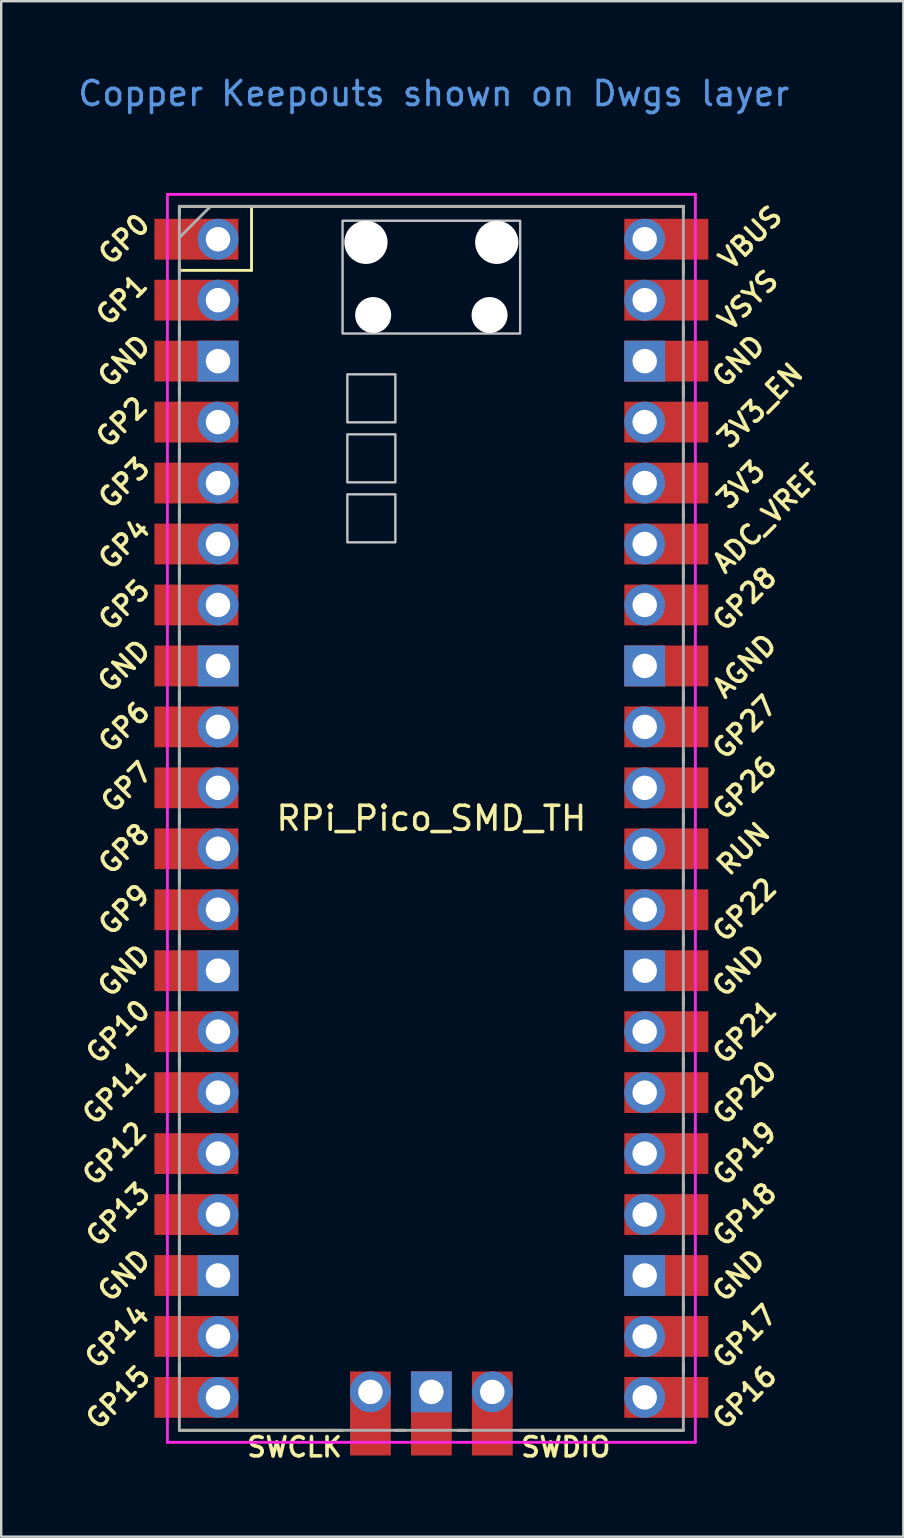
<source format=kicad_pcb>
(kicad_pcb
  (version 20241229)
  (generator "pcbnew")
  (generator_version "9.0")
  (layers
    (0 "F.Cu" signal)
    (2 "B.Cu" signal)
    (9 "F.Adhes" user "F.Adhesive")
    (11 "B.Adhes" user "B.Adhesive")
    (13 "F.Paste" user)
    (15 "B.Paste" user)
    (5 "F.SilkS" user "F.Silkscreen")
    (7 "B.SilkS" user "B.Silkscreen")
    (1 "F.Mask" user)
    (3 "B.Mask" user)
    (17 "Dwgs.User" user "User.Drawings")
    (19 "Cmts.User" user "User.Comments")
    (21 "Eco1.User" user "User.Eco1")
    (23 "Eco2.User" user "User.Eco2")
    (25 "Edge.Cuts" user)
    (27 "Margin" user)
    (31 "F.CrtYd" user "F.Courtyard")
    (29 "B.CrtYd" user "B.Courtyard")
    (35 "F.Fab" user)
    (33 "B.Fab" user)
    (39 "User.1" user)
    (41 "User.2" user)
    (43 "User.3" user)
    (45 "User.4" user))
  (footprint "RPi_Pico_SMD_TH"
    (layer "F.Cu")
    (at 14.924 31.048)
    (property "Reference" "RPi_Pico_SMD_TH" (at 0 0 0) (layer "F.SilkS") (effects (font (size 1 1) (thickness 0.15))))
    (attr through_hole)
    (fp_line (start -10.5 -25.5) (end -10.5 -25.2) (stroke (width 0.12) (type solid)) (layer "F.SilkS"))
    (fp_line (start -10.5 -25.5) (end 10.5 -25.5) (stroke (width 0.12) (type solid)) (layer "F.SilkS"))
    (fp_line (start -10.5 -23.1) (end -10.5 -22.7) (stroke (width 0.12) (type solid)) (layer "F.SilkS"))
    (fp_line (start -10.5 -22.833) (end -7.493 -22.833) (stroke (width 0.12) (type solid)) (layer "F.SilkS"))
    (fp_line (start -10.5 -20.5) (end -10.5 -20.1) (stroke (width 0.12) (type solid)) (layer "F.SilkS"))
    (fp_line (start -10.5 -18) (end -10.5 -17.6) (stroke (width 0.12) (type solid)) (layer "F.SilkS"))
    (fp_line (start -10.5 -15.4) (end -10.5 -15) (stroke (width 0.12) (type solid)) (layer "F.SilkS"))
    (fp_line (start -10.5 -12.9) (end -10.5 -12.5) (stroke (width 0.12) (type solid)) (layer "F.SilkS"))
    (fp_line (start -10.5 -10.4) (end -10.5 -10) (stroke (width 0.12) (type solid)) (layer "F.SilkS"))
    (fp_line (start -10.5 -7.8) (end -10.5 -7.4) (stroke (width 0.12) (type solid)) (layer "F.SilkS"))
    (fp_line (start -10.5 -5.3) (end -10.5 -4.9) (stroke (width 0.12) (type solid)) (layer "F.SilkS"))
    (fp_line (start -10.5 -2.7) (end -10.5 -2.3) (stroke (width 0.12) (type solid)) (layer "F.SilkS"))
    (fp_line (start -10.5 -0.2) (end -10.5 0.2) (stroke (width 0.12) (type solid)) (layer "F.SilkS"))
    (fp_line (start -10.5 2.3) (end -10.5 2.7) (stroke (width 0.12) (type solid)) (layer "F.SilkS"))
    (fp_line (start -10.5 4.9) (end -10.5 5.3) (stroke (width 0.12) (type solid)) (layer "F.SilkS"))
    (fp_line (start -10.5 7.4) (end -10.5 7.8) (stroke (width 0.12) (type solid)) (layer "F.SilkS"))
    (fp_line (start -10.5 10) (end -10.5 10.4) (stroke (width 0.12) (type solid)) (layer "F.SilkS"))
    (fp_line (start -10.5 12.5) (end -10.5 12.9) (stroke (width 0.12) (type solid)) (layer "F.SilkS"))
    (fp_line (start -10.5 15.1) (end -10.5 15.5) (stroke (width 0.12) (type solid)) (layer "F.SilkS"))
    (fp_line (start -10.5 17.6) (end -10.5 18) (stroke (width 0.12) (type solid)) (layer "F.SilkS"))
    (fp_line (start -10.5 20.1) (end -10.5 20.5) (stroke (width 0.12) (type solid)) (layer "F.SilkS"))
    (fp_line (start -10.5 22.7) (end -10.5 23.1) (stroke (width 0.12) (type solid)) (layer "F.SilkS"))
    (fp_line (start -7.493 -22.833) (end -7.493 -25.5) (stroke (width 0.12) (type solid)) (layer "F.SilkS"))
    (fp_line (start -3.7 25.5) (end -10.5 25.5) (stroke (width 0.12) (type solid)) (layer "F.SilkS"))
    (fp_line (start -1.5 25.5) (end -1.1 25.5) (stroke (width 0.12) (type solid)) (layer "F.SilkS"))
    (fp_line (start 1.1 25.5) (end 1.5 25.5) (stroke (width 0.12) (type solid)) (layer "F.SilkS"))
    (fp_line (start 10.5 -25.5) (end 10.5 -25.2) (stroke (width 0.12) (type solid)) (layer "F.SilkS"))
    (fp_line (start 10.5 -23.1) (end 10.5 -22.7) (stroke (width 0.12) (type solid)) (layer "F.SilkS"))
    (fp_line (start 10.5 -20.5) (end 10.5 -20.1) (stroke (width 0.12) (type solid)) (layer "F.SilkS"))
    (fp_line (start 10.5 -18) (end 10.5 -17.6) (stroke (width 0.12) (type solid)) (layer "F.SilkS"))
    (fp_line (start 10.5 -15.4) (end 10.5 -15) (stroke (width 0.12) (type solid)) (layer "F.SilkS"))
    (fp_line (start 10.5 -12.9) (end 10.5 -12.5) (stroke (width 0.12) (type solid)) (layer "F.SilkS"))
    (fp_line (start 10.5 -10.4) (end 10.5 -10) (stroke (width 0.12) (type solid)) (layer "F.SilkS"))
    (fp_line (start 10.5 -7.8) (end 10.5 -7.4) (stroke (width 0.12) (type solid)) (layer "F.SilkS"))
    (fp_line (start 10.5 -5.3) (end 10.5 -4.9) (stroke (width 0.12) (type solid)) (layer "F.SilkS"))
    (fp_line (start 10.5 -2.7) (end 10.5 -2.3) (stroke (width 0.12) (type solid)) (layer "F.SilkS"))
    (fp_line (start 10.5 -0.2) (end 10.5 0.2) (stroke (width 0.12) (type solid)) (layer "F.SilkS"))
    (fp_line (start 10.5 2.3) (end 10.5 2.7) (stroke (width 0.12) (type solid)) (layer "F.SilkS"))
    (fp_line (start 10.5 4.9) (end 10.5 5.3) (stroke (width 0.12) (type solid)) (layer "F.SilkS"))
    (fp_line (start 10.5 7.4) (end 10.5 7.8) (stroke (width 0.12) (type solid)) (layer "F.SilkS"))
    (fp_line (start 10.5 10) (end 10.5 10.4) (stroke (width 0.12) (type solid)) (layer "F.SilkS"))
    (fp_line (start 10.5 12.5) (end 10.5 12.9) (stroke (width 0.12) (type solid)) (layer "F.SilkS"))
    (fp_line (start 10.5 15.1) (end 10.5 15.5) (stroke (width 0.12) (type solid)) (layer "F.SilkS"))
    (fp_line (start 10.5 17.6) (end 10.5 18) (stroke (width 0.12) (type solid)) (layer "F.SilkS"))
    (fp_line (start 10.5 20.1) (end 10.5 20.5) (stroke (width 0.12) (type solid)) (layer "F.SilkS"))
    (fp_line (start 10.5 22.7) (end 10.5 23.1) (stroke (width 0.12) (type solid)) (layer "F.SilkS"))
    (fp_line (start 10.5 25.5) (end 3.7 25.5) (stroke (width 0.12) (type solid)) (layer "F.SilkS"))
    (fp_poly (pts (xy -1.5 -16.5) (xy -3.5 -16.5) (xy -3.5 -18.5) (xy -1.5 -18.5)) (stroke (width 0.1) (type solid)) (fill no) (layer "Dwgs.User"))
    (fp_poly (pts (xy -1.5 -14) (xy -3.5 -14) (xy -3.5 -16) (xy -1.5 -16)) (stroke (width 0.1) (type solid)) (fill no) (layer "Dwgs.User"))
    (fp_poly (pts (xy -1.5 -11.5) (xy -3.5 -11.5) (xy -3.5 -13.5) (xy -1.5 -13.5)) (stroke (width 0.1) (type solid)) (fill no) (layer "Dwgs.User"))
    (fp_poly (pts (xy 3.7 -20.2) (xy -3.7 -20.2) (xy -3.7 -24.9) (xy 3.7 -24.9)) (stroke (width 0.1) (type solid)) (fill no) (layer "Dwgs.User"))
    (fp_line (start -11 -26) (end 11 -26) (stroke (width 0.12) (type solid)) (layer "F.CrtYd"))
    (fp_line (start -11 26) (end -11 -26) (stroke (width 0.12) (type solid)) (layer "F.CrtYd"))
    (fp_line (start 11 -26) (end 11 26) (stroke (width 0.12) (type solid)) (layer "F.CrtYd"))
    (fp_line (start 11 26) (end -11 26) (stroke (width 0.12) (type solid)) (layer "F.CrtYd"))
    (fp_line (start -10.5 -25.5) (end 10.5 -25.5) (stroke (width 0.12) (type solid)) (layer "F.Fab"))
    (fp_line (start -10.5 -24.2) (end -9.2 -25.5) (stroke (width 0.12) (type solid)) (layer "F.Fab"))
    (fp_line (start -10.5 25.5) (end -10.5 -25.5) (stroke (width 0.12) (type solid)) (layer "F.Fab"))
    (fp_line (start 10.5 -25.5) (end 10.5 25.5) (stroke (width 0.12) (type solid)) (layer "F.Fab"))
    (fp_line (start 10.5 25.5) (end -10.5 25.5) (stroke (width 0.12) (type solid)) (layer "F.Fab"))
    (fp_text user "GP7" (at -12.7 -1.3 45) (layer "F.SilkS") (effects (font (size 0.8 0.8) (thickness 0.15))))
    (fp_text user "GND" (at 12.8 -19.05 45) (layer "F.SilkS") (effects (font (size 0.8 0.8) (thickness 0.15))))
    (fp_text user "3V3" (at 12.9 -13.9 45) (layer "F.SilkS") (effects (font (size 0.8 0.8) (thickness 0.15))))
    (fp_text user "GP8" (at -12.8 1.27 45) (layer "F.SilkS") (effects (font (size 0.8 0.8) (thickness 0.15))))
    (fp_text user "SWDIO" (at 5.6 26.2 0) (layer "F.SilkS") (effects (font (size 0.8 0.8) (thickness 0.15))))
    (fp_text user "GP18" (at 13.054 16.51 45) (layer "F.SilkS") (effects (font (size 0.8 0.8) (thickness 0.15))))
    (fp_text user "GND" (at -12.8 -19.05 45) (layer "F.SilkS") (effects (font (size 0.8 0.8) (thickness 0.15))))
    (fp_text user "GP20" (at 13.054 11.43 45) (layer "F.SilkS") (effects (font (size 0.8 0.8) (thickness 0.15))))
    (fp_text user "GP17" (at 13.054 21.59 45) (layer "F.SilkS") (effects (font (size 0.8 0.8) (thickness 0.15))))
    (fp_text user "GP3" (at -12.8 -13.97 45) (layer "F.SilkS") (effects (font (size 0.8 0.8) (thickness 0.15))))
    (fp_text user "GP11" (at -13.2 11.43 45) (layer "F.SilkS") (effects (font (size 0.8 0.8) (thickness 0.15))))
    (fp_text user "ADC_VREF" (at 14 -12.5 45) (layer "F.SilkS") (effects (font (size 0.8 0.8) (thickness 0.15))))
    (fp_text user "GND" (at -12.8 19.05 45) (layer "F.SilkS") (effects (font (size 0.8 0.8) (thickness 0.15))))
    (fp_text user "GP1" (at -12.9 -21.6 45) (layer "F.SilkS") (effects (font (size 0.8 0.8) (thickness 0.15))))
    (fp_text user "GP15" (at -13.054 24.13 45) (layer "F.SilkS") (effects (font (size 0.8 0.8) (thickness 0.15))))
    (fp_text user "VBUS" (at 13.3 -24.2 45) (layer "F.SilkS") (effects (font (size 0.8 0.8) (thickness 0.15))))
    (fp_text user "GP5" (at -12.8 -8.89 45) (layer "F.SilkS") (effects (font (size 0.8 0.8) (thickness 0.15))))
    (fp_text user "GP14" (at -13.1 21.59 45) (layer "F.SilkS") (effects (font (size 0.8 0.8) (thickness 0.15))))
    (fp_text user "GP4" (at -12.8 -11.43 45) (layer "F.SilkS") (effects (font (size 0.8 0.8) (thickness 0.15))))
    (fp_text user "GND" (at -12.8 6.35 45) (layer "F.SilkS") (effects (font (size 0.8 0.8) (thickness 0.15))))
    (fp_text user "GP27" (at 13.054 -3.8 45) (layer "F.SilkS") (effects (font (size 0.8 0.8) (thickness 0.15))))
    (fp_text user "GND" (at 12.8 19.05 45) (layer "F.SilkS") (effects (font (size 0.8 0.8) (thickness 0.15))))
    (fp_text user "3V3_EN" (at 13.7 -17.2 45) (layer "F.SilkS") (effects (font (size 0.8 0.8) (thickness 0.15))))
    (fp_text user "SWCLK" (at -5.7 26.2 0) (layer "F.SilkS") (effects (font (size 0.8 0.8) (thickness 0.15))))
    (fp_text user "GND" (at 12.8 6.35 45) (layer "F.SilkS") (effects (font (size 0.8 0.8) (thickness 0.15))))
    (fp_text user "GP16" (at 13.054 24.13 45) (layer "F.SilkS") (effects (font (size 0.8 0.8) (thickness 0.15))))
    (fp_text user "GP0" (at -12.8 -24.13 45) (layer "F.SilkS") (effects (font (size 0.8 0.8) (thickness 0.15))))
    (fp_text user "GP19" (at 13.054 13.97 45) (layer "F.SilkS") (effects (font (size 0.8 0.8) (thickness 0.15))))
    (fp_text user "GP22" (at 13.054 3.81 45) (layer "F.SilkS") (effects (font (size 0.8 0.8) (thickness 0.15))))
    (fp_text user "GP21" (at 13.054 8.9 45) (layer "F.SilkS") (effects (font (size 0.8 0.8) (thickness 0.15))))
    (fp_text user "GP13" (at -13.054 16.51 45) (layer "F.SilkS") (effects (font (size 0.8 0.8) (thickness 0.15))))
    (fp_text user "GP26" (at 13.054 -1.27 45) (layer "F.SilkS") (effects (font (size 0.8 0.8) (thickness 0.15))))
    (fp_text user "RUN" (at 13 1.27 45) (layer "F.SilkS") (effects (font (size 0.8 0.8) (thickness 0.15))))
    (fp_text user "GND" (at -12.8 -6.35 45) (layer "F.SilkS") (effects (font (size 0.8 0.8) (thickness 0.15))))
    (fp_text user "GP12" (at -13.2 13.97 45) (layer "F.SilkS") (effects (font (size 0.8 0.8) (thickness 0.15))))
    (fp_text user "GP9" (at -12.8 3.81 45) (layer "F.SilkS") (effects (font (size 0.8 0.8) (thickness 0.15))))
    (fp_text user "GP10" (at -13.054 8.89 45) (layer "F.SilkS") (effects (font (size 0.8 0.8) (thickness 0.15))))
    (fp_text user "GP28" (at 13.054 -9.144 45) (layer "F.SilkS") (effects (font (size 0.8 0.8) (thickness 0.15))))
    (fp_text user "AGND" (at 13.054 -6.35 45) (layer "F.SilkS") (effects (font (size 0.8 0.8) (thickness 0.15))))
    (fp_text user "VSYS" (at 13.2 -21.59 45) (layer "F.SilkS") (effects (font (size 0.8 0.8) (thickness 0.15))))
    (fp_text user "GP6" (at -12.8 -3.81 45) (layer "F.SilkS") (effects (font (size 0.8 0.8) (thickness 0.15))))
    (fp_text user "GP2" (at -12.9 -16.51 45) (layer "F.SilkS") (effects (font (size 0.8 0.8) (thickness 0.15))))
    (fp_text user "Copper Keepouts shown on Dwgs layer" (at 0.1 -30.2 0) (layer "Cmts.User") (effects (font (size 1 1) (thickness 0.15))))
    (pad "" np_thru_hole oval (at -2.725 -24) (size 1.8 1.8) (drill 1.8) (layers "*.Cu" "*.Mask"))
    (pad "" np_thru_hole oval (at -2.425 -20.97) (size 1.5 1.5) (drill 1.5) (layers "*.Cu" "*.Mask"))
    (pad "" np_thru_hole oval (at 2.425 -20.97) (size 1.5 1.5) (drill 1.5) (layers "*.Cu" "*.Mask"))
    (pad "" np_thru_hole oval (at 2.725 -24) (size 1.8 1.8) (drill 1.8) (layers "*.Cu" "*.Mask"))
    (pad "1" thru_hole oval (at -8.89 -24.13) (size 1.7 1.7) (drill 1.02) (layers "*.Cu" "*.Mask"))
    (pad "1" smd rect (at -8.89 -24.13) (size 3.5 1.7) (drill (offset -0.9 0)) (layers "F.Cu" "F.Mask"))
    (pad "2" thru_hole oval (at -8.89 -21.59) (size 1.7 1.7) (drill 1.02) (layers "*.Cu" "*.Mask"))
    (pad "2" smd rect (at -8.89 -21.59) (size 3.5 1.7) (drill (offset -0.9 0)) (layers "F.Cu" "F.Mask"))
    (pad "3" thru_hole rect (at -8.89 -19.05) (size 1.7 1.7) (drill 1.02) (layers "*.Cu" "*.Mask"))
    (pad "3" smd rect (at -8.89 -19.05) (size 3.5 1.7) (drill (offset -0.9 0)) (layers "F.Cu" "F.Mask"))
    (pad "4" thru_hole oval (at -8.89 -16.51) (size 1.7 1.7) (drill 1.02) (layers "*.Cu" "*.Mask"))
    (pad "4" smd rect (at -8.89 -16.51) (size 3.5 1.7) (drill (offset -0.9 0)) (layers "F.Cu" "F.Mask"))
    (pad "5" thru_hole oval (at -8.89 -13.97) (size 1.7 1.7) (drill 1.02) (layers "*.Cu" "*.Mask"))
    (pad "5" smd rect (at -8.89 -13.97) (size 3.5 1.7) (drill (offset -0.9 0)) (layers "F.Cu" "F.Mask"))
    (pad "6" thru_hole oval (at -8.89 -11.43) (size 1.7 1.7) (drill 1.02) (layers "*.Cu" "*.Mask"))
    (pad "6" smd rect (at -8.89 -11.43) (size 3.5 1.7) (drill (offset -0.9 0)) (layers "F.Cu" "F.Mask"))
    (pad "7" thru_hole oval (at -8.89 -8.89) (size 1.7 1.7) (drill 1.02) (layers "*.Cu" "*.Mask"))
    (pad "7" smd rect (at -8.89 -8.89) (size 3.5 1.7) (drill (offset -0.9 0)) (layers "F.Cu" "F.Mask"))
    (pad "8" thru_hole rect (at -8.89 -6.35) (size 1.7 1.7) (drill 1.02) (layers "*.Cu" "*.Mask"))
    (pad "8" smd rect (at -8.89 -6.35) (size 3.5 1.7) (drill (offset -0.9 0)) (layers "F.Cu" "F.Mask"))
    (pad "9" thru_hole oval (at -8.89 -3.81) (size 1.7 1.7) (drill 1.02) (layers "*.Cu" "*.Mask"))
    (pad "9" smd rect (at -8.89 -3.81) (size 3.5 1.7) (drill (offset -0.9 0)) (layers "F.Cu" "F.Mask"))
    (pad "10" thru_hole oval (at -8.89 -1.27) (size 1.7 1.7) (drill 1.02) (layers "*.Cu" "*.Mask"))
    (pad "10" smd rect (at -8.89 -1.27) (size 3.5 1.7) (drill (offset -0.9 0)) (layers "F.Cu" "F.Mask"))
    (pad "11" thru_hole oval (at -8.89 1.27) (size 1.7 1.7) (drill 1.02) (layers "*.Cu" "*.Mask"))
    (pad "11" smd rect (at -8.89 1.27) (size 3.5 1.7) (drill (offset -0.9 0)) (layers "F.Cu" "F.Mask"))
    (pad "12" thru_hole oval (at -8.89 3.81) (size 1.7 1.7) (drill 1.02) (layers "*.Cu" "*.Mask"))
    (pad "12" smd rect (at -8.89 3.81) (size 3.5 1.7) (drill (offset -0.9 0)) (layers "F.Cu" "F.Mask"))
    (pad "13" thru_hole rect (at -8.89 6.35) (size 1.7 1.7) (drill 1.02) (layers "*.Cu" "*.Mask"))
    (pad "13" smd rect (at -8.89 6.35) (size 3.5 1.7) (drill (offset -0.9 0)) (layers "F.Cu" "F.Mask"))
    (pad "14" thru_hole oval (at -8.89 8.89) (size 1.7 1.7) (drill 1.02) (layers "*.Cu" "*.Mask"))
    (pad "14" smd rect (at -8.89 8.89) (size 3.5 1.7) (drill (offset -0.9 0)) (layers "F.Cu" "F.Mask"))
    (pad "15" thru_hole oval (at -8.89 11.43) (size 1.7 1.7) (drill 1.02) (layers "*.Cu" "*.Mask"))
    (pad "15" smd rect (at -8.89 11.43) (size 3.5 1.7) (drill (offset -0.9 0)) (layers "F.Cu" "F.Mask"))
    (pad "16" thru_hole oval (at -8.89 13.97) (size 1.7 1.7) (drill 1.02) (layers "*.Cu" "*.Mask"))
    (pad "16" smd rect (at -8.89 13.97) (size 3.5 1.7) (drill (offset -0.9 0)) (layers "F.Cu" "F.Mask"))
    (pad "17" thru_hole oval (at -8.89 16.51) (size 1.7 1.7) (drill 1.02) (layers "*.Cu" "*.Mask"))
    (pad "17" smd rect (at -8.89 16.51) (size 3.5 1.7) (drill (offset -0.9 0)) (layers "F.Cu" "F.Mask"))
    (pad "18" thru_hole rect (at -8.89 19.05) (size 1.7 1.7) (drill 1.02) (layers "*.Cu" "*.Mask"))
    (pad "18" smd rect (at -8.89 19.05) (size 3.5 1.7) (drill (offset -0.9 0)) (layers "F.Cu" "F.Mask"))
    (pad "19" thru_hole oval (at -8.89 21.59) (size 1.7 1.7) (drill 1.02) (layers "*.Cu" "*.Mask"))
    (pad "19" smd rect (at -8.89 21.59) (size 3.5 1.7) (drill (offset -0.9 0)) (layers "F.Cu" "F.Mask"))
    (pad "20" thru_hole oval (at -8.89 24.13) (size 1.7 1.7) (drill 1.02) (layers "*.Cu" "*.Mask"))
    (pad "20" smd rect (at -8.89 24.13) (size 3.5 1.7) (drill (offset -0.9 0)) (layers "F.Cu" "F.Mask"))
    (pad "21" thru_hole oval (at 8.89 24.13) (size 1.7 1.7) (drill 1.02) (layers "*.Cu" "*.Mask"))
    (pad "21" smd rect (at 8.89 24.13) (size 3.5 1.7) (drill (offset 0.9 0)) (layers "F.Cu" "F.Mask"))
    (pad "22" thru_hole oval (at 8.89 21.59) (size 1.7 1.7) (drill 1.02) (layers "*.Cu" "*.Mask"))
    (pad "22" smd rect (at 8.89 21.59) (size 3.5 1.7) (drill (offset 0.9 0)) (layers "F.Cu" "F.Mask"))
    (pad "23" thru_hole rect (at 8.89 19.05) (size 1.7 1.7) (drill 1.02) (layers "*.Cu" "*.Mask"))
    (pad "23" smd rect (at 8.89 19.05) (size 3.5 1.7) (drill (offset 0.9 0)) (layers "F.Cu" "F.Mask"))
    (pad "24" thru_hole oval (at 8.89 16.51) (size 1.7 1.7) (drill 1.02) (layers "*.Cu" "*.Mask"))
    (pad "24" smd rect (at 8.89 16.51) (size 3.5 1.7) (drill (offset 0.9 0)) (layers "F.Cu" "F.Mask"))
    (pad "25" thru_hole oval (at 8.89 13.97) (size 1.7 1.7) (drill 1.02) (layers "*.Cu" "*.Mask"))
    (pad "25" smd rect (at 8.89 13.97) (size 3.5 1.7) (drill (offset 0.9 0)) (layers "F.Cu" "F.Mask"))
    (pad "26" thru_hole oval (at 8.89 11.43) (size 1.7 1.7) (drill 1.02) (layers "*.Cu" "*.Mask"))
    (pad "26" smd rect (at 8.89 11.43) (size 3.5 1.7) (drill (offset 0.9 0)) (layers "F.Cu" "F.Mask"))
    (pad "27" thru_hole oval (at 8.89 8.89) (size 1.7 1.7) (drill 1.02) (layers "*.Cu" "*.Mask"))
    (pad "27" smd rect (at 8.89 8.89) (size 3.5 1.7) (drill (offset 0.9 0)) (layers "F.Cu" "F.Mask"))
    (pad "28" thru_hole rect (at 8.89 6.35) (size 1.7 1.7) (drill 1.02) (layers "*.Cu" "*.Mask"))
    (pad "28" smd rect (at 8.89 6.35) (size 3.5 1.7) (drill (offset 0.9 0)) (layers "F.Cu" "F.Mask"))
    (pad "29" thru_hole oval (at 8.89 3.81) (size 1.7 1.7) (drill 1.02) (layers "*.Cu" "*.Mask"))
    (pad "29" smd rect (at 8.89 3.81) (size 3.5 1.7) (drill (offset 0.9 0)) (layers "F.Cu" "F.Mask"))
    (pad "30" thru_hole oval (at 8.89 1.27) (size 1.7 1.7) (drill 1.02) (layers "*.Cu" "*.Mask"))
    (pad "30" smd rect (at 8.89 1.27) (size 3.5 1.7) (drill (offset 0.9 0)) (layers "F.Cu" "F.Mask"))
    (pad "31" thru_hole oval (at 8.89 -1.27) (size 1.7 1.7) (drill 1.02) (layers "*.Cu" "*.Mask"))
    (pad "31" smd rect (at 8.89 -1.27) (size 3.5 1.7) (drill (offset 0.9 0)) (layers "F.Cu" "F.Mask"))
    (pad "32" thru_hole oval (at 8.89 -3.81) (size 1.7 1.7) (drill 1.02) (layers "*.Cu" "*.Mask"))
    (pad "32" smd rect (at 8.89 -3.81) (size 3.5 1.7) (drill (offset 0.9 0)) (layers "F.Cu" "F.Mask"))
    (pad "33" thru_hole rect (at 8.89 -6.35) (size 1.7 1.7) (drill 1.02) (layers "*.Cu" "*.Mask"))
    (pad "33" smd rect (at 8.89 -6.35) (size 3.5 1.7) (drill (offset 0.9 0)) (layers "F.Cu" "F.Mask"))
    (pad "34" thru_hole oval (at 8.89 -8.89) (size 1.7 1.7) (drill 1.02) (layers "*.Cu" "*.Mask"))
    (pad "34" smd rect (at 8.89 -8.89) (size 3.5 1.7) (drill (offset 0.9 0)) (layers "F.Cu" "F.Mask"))
    (pad "35" thru_hole oval (at 8.89 -11.43) (size 1.7 1.7) (drill 1.02) (layers "*.Cu" "*.Mask"))
    (pad "35" smd rect (at 8.89 -11.43) (size 3.5 1.7) (drill (offset 0.9 0)) (layers "F.Cu" "F.Mask"))
    (pad "36" thru_hole oval (at 8.89 -13.97) (size 1.7 1.7) (drill 1.02) (layers "*.Cu" "*.Mask"))
    (pad "36" smd rect (at 8.89 -13.97) (size 3.5 1.7) (drill (offset 0.9 0)) (layers "F.Cu" "F.Mask"))
    (pad "37" thru_hole oval (at 8.89 -16.51) (size 1.7 1.7) (drill 1.02) (layers "*.Cu" "*.Mask"))
    (pad "37" smd rect (at 8.89 -16.51) (size 3.5 1.7) (drill (offset 0.9 0)) (layers "F.Cu" "F.Mask"))
    (pad "38" thru_hole rect (at 8.89 -19.05) (size 1.7 1.7) (drill 1.02) (layers "*.Cu" "*.Mask"))
    (pad "38" smd rect (at 8.89 -19.05) (size 3.5 1.7) (drill (offset 0.9 0)) (layers "F.Cu" "F.Mask"))
    (pad "39" thru_hole oval (at 8.89 -21.59) (size 1.7 1.7) (drill 1.02) (layers "*.Cu" "*.Mask"))
    (pad "39" smd rect (at 8.89 -21.59) (size 3.5 1.7) (drill (offset 0.9 0)) (layers "F.Cu" "F.Mask"))
    (pad "40" thru_hole oval (at 8.89 -24.13) (size 1.7 1.7) (drill 1.02) (layers "*.Cu" "*.Mask"))
    (pad "40" smd rect (at 8.89 -24.13) (size 3.5 1.7) (drill (offset 0.9 0)) (layers "F.Cu" "F.Mask"))
    (pad "41" thru_hole oval (at -2.54 23.9) (size 1.7 1.7) (drill 1.02) (layers "*.Cu" "*.Mask"))
    (pad "41" smd rect (at -2.54 23.9 90) (size 3.5 1.7) (drill (offset -0.9 0)) (layers "F.Cu" "F.Mask"))
    (pad "42" thru_hole rect (at 0 23.9) (size 1.7 1.7) (drill 1.02) (layers "*.Cu" "*.Mask"))
    (pad "42" smd rect (at 0 23.9 90) (size 3.5 1.7) (drill (offset -0.9 0)) (layers "F.Cu" "F.Mask"))
    (pad "43" thru_hole oval (at 2.54 23.9) (size 1.7 1.7) (drill 1.02) (layers "*.Cu" "*.Mask"))
    (pad "43" smd rect (at 2.54 23.9 90) (size 3.5 1.7) (drill (offset -0.9 0)) (layers "F.Cu" "F.Mask")))
  (gr_rect
    (start -3 -3)
    (end 34.591 60.98)
    (stroke (width 0.1) (type default))
    (fill no)
    (layer "Edge.Cuts")))
</source>
